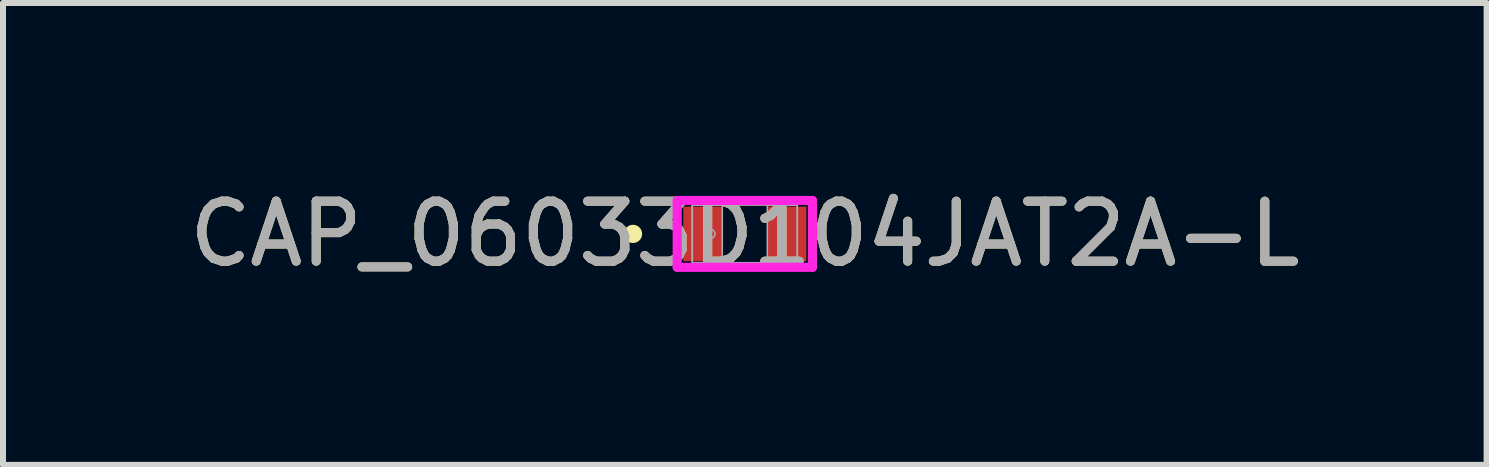
<source format=kicad_pcb>
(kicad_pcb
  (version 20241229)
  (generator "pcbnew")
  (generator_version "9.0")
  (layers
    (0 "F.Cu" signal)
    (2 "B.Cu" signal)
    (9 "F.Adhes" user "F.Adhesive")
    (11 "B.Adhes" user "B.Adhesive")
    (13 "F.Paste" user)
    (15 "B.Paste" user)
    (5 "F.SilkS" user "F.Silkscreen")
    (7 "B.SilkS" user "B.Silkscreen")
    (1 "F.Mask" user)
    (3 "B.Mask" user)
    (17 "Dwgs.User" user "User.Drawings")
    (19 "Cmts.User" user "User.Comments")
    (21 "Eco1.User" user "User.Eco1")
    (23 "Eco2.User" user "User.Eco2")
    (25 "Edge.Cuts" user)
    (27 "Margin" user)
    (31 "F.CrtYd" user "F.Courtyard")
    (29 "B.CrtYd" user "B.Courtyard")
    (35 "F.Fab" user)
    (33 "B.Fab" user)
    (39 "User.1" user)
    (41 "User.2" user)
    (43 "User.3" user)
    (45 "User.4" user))
  (footprint "CAP_06033D104JAT2A-L"
    (layer "F.Cu")
    (at 9.363 0.848)
    (property "Reference" "CAP_06033D104JAT2A-L" (at 0 0 0) (unlocked yes) (layer "F.SilkS") (effects (font (size 1 1) (thickness 0.15))))
    (attr smd)
    (fp_circle (center -1.863 0) (end -1.787 0) (stroke (width 0.152) (type solid)) (fill no) (layer "F.SilkS"))
    (fp_line (start -1.127 -0.557) (end 1.127 -0.557) (stroke (width 0.152) (type solid)) (layer "F.CrtYd"))
    (fp_line (start -1.127 0.557) (end -1.127 -0.557) (stroke (width 0.152) (type solid)) (layer "F.CrtYd"))
    (fp_line (start 1.127 -0.557) (end 1.127 0.557) (stroke (width 0.152) (type solid)) (layer "F.CrtYd"))
    (fp_line (start 1.127 0.557) (end -1.127 0.557) (stroke (width 0.152) (type solid)) (layer "F.CrtYd"))
    (fp_line (start -0.875 -0.48) (end -0.875 0.48) (stroke (width 0.025) (type solid)) (layer "F.Fab"))
    (fp_line (start -0.875 -0.48) (end -0.875 0.48) (stroke (width 0.025) (type solid)) (layer "F.Fab"))
    (fp_line (start -0.875 0.48) (end -0.375 0.48) (stroke (width 0.025) (type solid)) (layer "F.Fab"))
    (fp_line (start -0.875 0.48) (end 0.875 0.48) (stroke (width 0.025) (type solid)) (layer "F.Fab"))
    (fp_line (start -0.375 -0.48) (end -0.875 -0.48) (stroke (width 0.025) (type solid)) (layer "F.Fab"))
    (fp_line (start -0.375 0.48) (end -0.375 -0.48) (stroke (width 0.025) (type solid)) (layer "F.Fab"))
    (fp_line (start 0.375 -0.48) (end 0.375 0.48) (stroke (width 0.025) (type solid)) (layer "F.Fab"))
    (fp_line (start 0.375 0.48) (end 0.875 0.48) (stroke (width 0.025) (type solid)) (layer "F.Fab"))
    (fp_line (start 0.875 -0.48) (end -0.875 -0.48) (stroke (width 0.025) (type solid)) (layer "F.Fab"))
    (fp_line (start 0.875 -0.48) (end 0.375 -0.48) (stroke (width 0.025) (type solid)) (layer "F.Fab"))
    (fp_line (start 0.875 0.48) (end 0.875 -0.48) (stroke (width 0.025) (type solid)) (layer "F.Fab"))
    (fp_line (start 0.875 0.48) (end 0.875 -0.48) (stroke (width 0.025) (type solid)) (layer "F.Fab"))
    (fp_circle (center -0.573 0) (end -0.497 0) (stroke (width 0.025) (type solid)) (fill no) (layer "F.Fab"))
    (fp_text user "${REFERENCE}" (at 0 0 0) (unlocked yes) (layer "F.Fab") (effects (font (size 1 1) (thickness 0.15))))
    (pad "1" smd rect (at -0.7 0) (size 0.65 0.91) (layers "F.Cu" "F.Mask" "F.Paste"))
    (pad "2" smd rect (at 0.7 0) (size 0.65 0.91) (layers "F.Cu" "F.Mask" "F.Paste"))
    (zone (net_name "") (layer "F.Cu") (hatch full 0.508) (connect_pads) (min_thickness 0.254) (filled_areas_thickness no) (keepout (tracks not_allowed) (vias not_allowed) (pads allowed) (copperpour not_allowed) (footprints allowed)) (placement (enabled no)) (fill) (polygon (pts (xy 9.039 0.419) (xy 9.687 0.419) (xy 9.687 1.277) (xy 9.039 1.277)))))
  (gr_rect
    (start -3 -3)
    (end 21.726 4.697)
    (stroke (width 0.1) (type default))
    (fill no)
    (layer "Edge.Cuts")))
</source>
